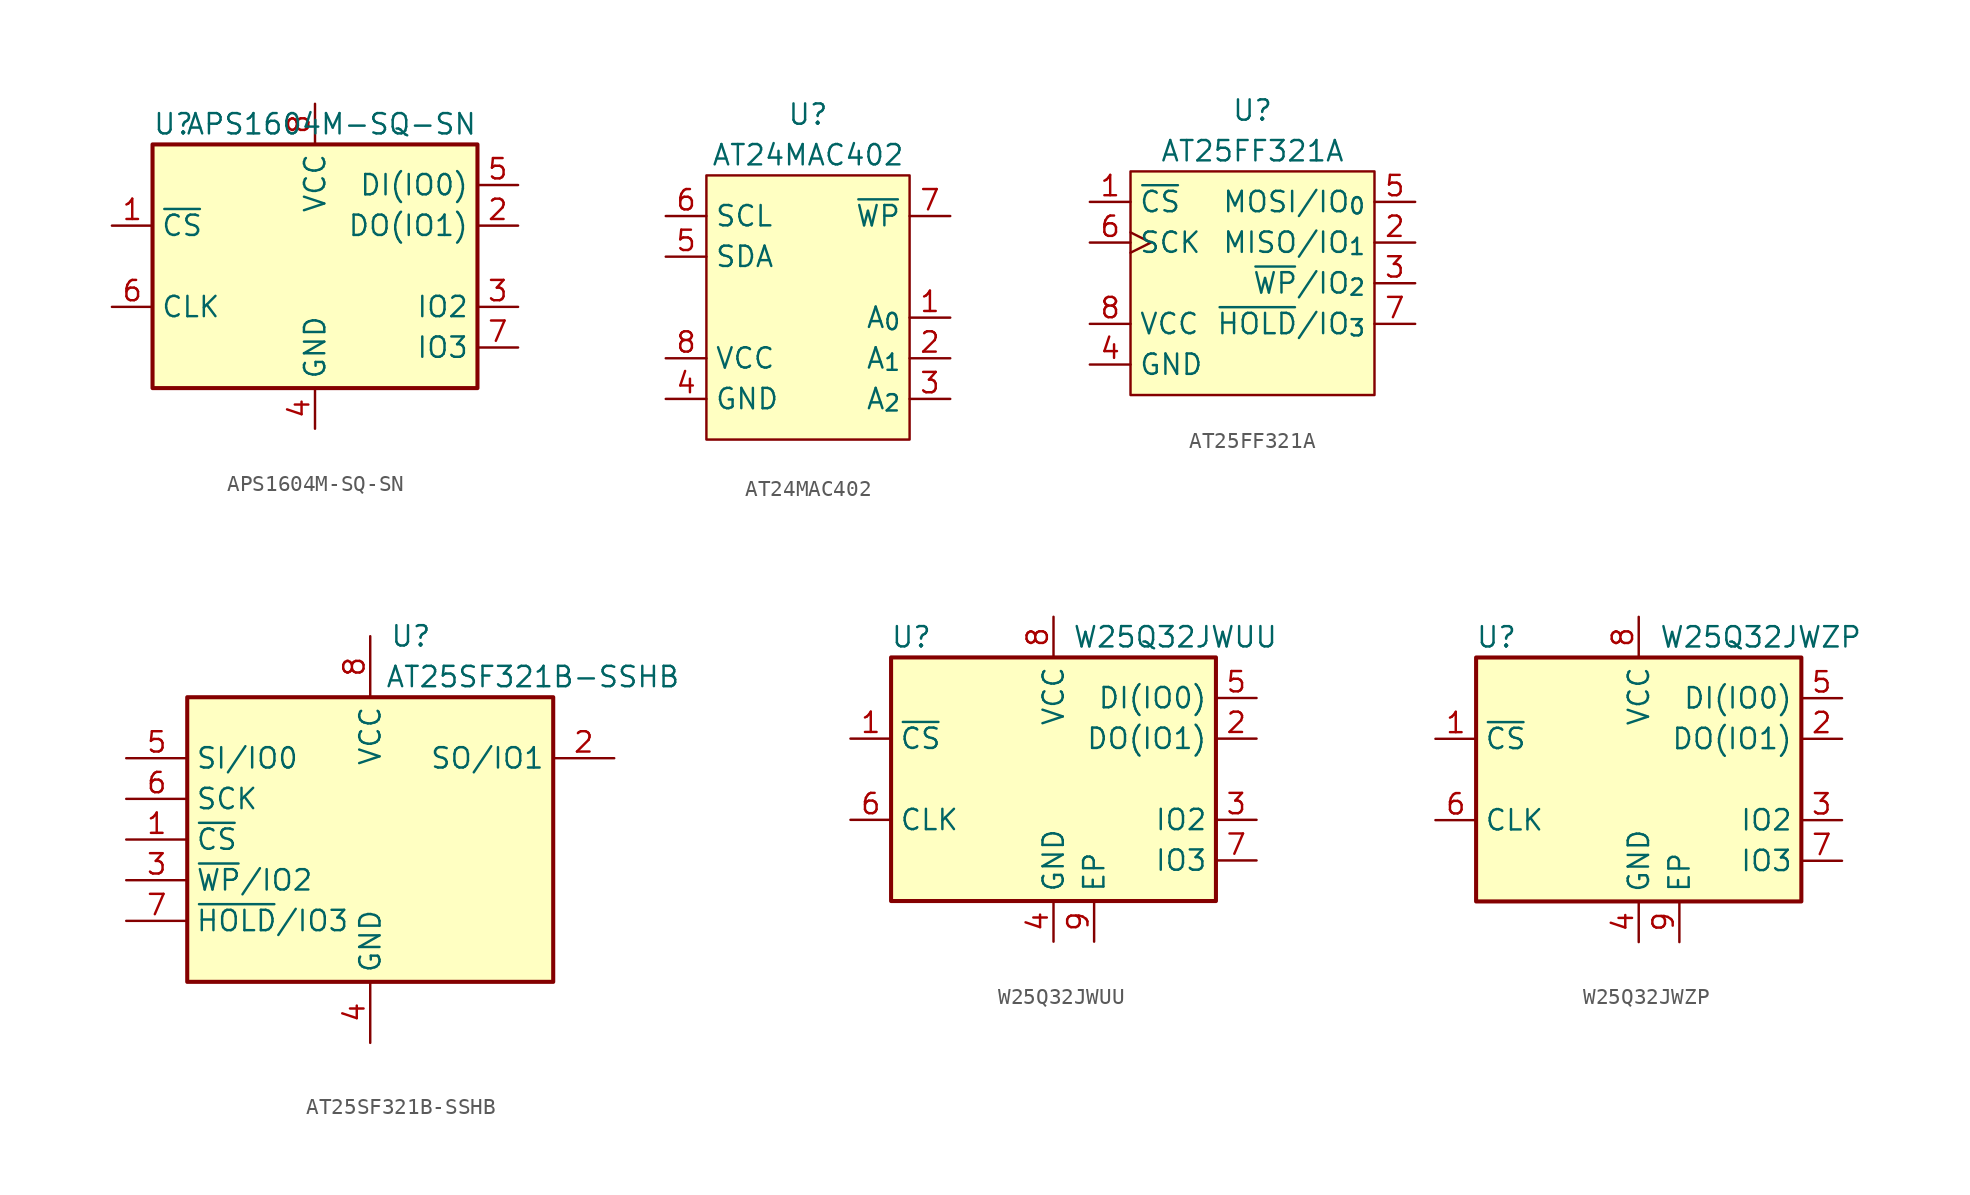
<source format=kicad_sym>
(kicad_symbol_lib
  (version 20220914)
  (generator kicad_symbol_editor)
  (symbol "APS1604M-SQ-SN"
    (property "Reference" "U"
      (at -10.16 8.89 0)
      (effects (font (size 1.27 1.27)) (justify left)))
    (property "Value" "APS1604M-SQ-SN"
      (at 10.16 8.89 0)
      (effects (font (size 1.27 1.27)) (justify right)))
    (symbol "APS1604M-SQ-SN_0_1"
      (rectangle (start -10.16 7.62) (end 10.16 -7.62) (stroke (width 0.254) (type default)) (fill (type background))))
    (symbol "APS1604M-SQ-SN_1_1"
      (pin input line (at -12.7 2.54 0) (length 2.54) (name "~{CS}" (effects (font (size 1.27 1.27)))) (number "1" (effects (font (size 1.27 1.27)))))
      (pin bidirectional line (at 12.7 2.54 180) (length 2.54) (name "DO(IO1)" (effects (font (size 1.27 1.27)))) (number "2" (effects (font (size 1.27 1.27)))))
      (pin bidirectional line (at 12.7 -2.54 180) (length 2.54) (name "IO2" (effects (font (size 1.27 1.27)))) (number "3" (effects (font (size 1.27 1.27)))))
      (pin power_in line (at 0 -10.16 90) (length 2.54) (name "GND" (effects (font (size 1.27 1.27)))) (number "4" (effects (font (size 1.27 1.27)))))
      (pin bidirectional line (at 12.7 5.08 180) (length 2.54) (name "DI(IO0)" (effects (font (size 1.27 1.27)))) (number "5" (effects (font (size 1.27 1.27)))))
      (pin input line (at -12.7 -2.54 0) (length 2.54) (name "CLK" (effects (font (size 1.27 1.27)))) (number "6" (effects (font (size 1.27 1.27)))))
      (pin bidirectional line (at 12.7 -5.08 180) (length 2.54) (name "IO3" (effects (font (size 1.27 1.27)))) (number "7" (effects (font (size 1.27 1.27)))))
      (pin power_in line (at 0 10.16 270) (length 2.54) (name "VCC" (effects (font (size 1.27 1.27)))) (number "8" (effects (font (size 1.27 1.27)))))))
  (symbol "AT24MAC402"
    (property "Reference" "U"
      (at 0 3.81 0)
      (effects (font (size 1.27 1.27))))
    (property "Value" "AT24MAC402"
      (at 0 1.27 0)
      (effects (font (size 1.27 1.27))))
    (symbol "AT24MAC402_0_1"
      (rectangle (start -6.35 0) (end 6.35 -16.51) (stroke (width 0) (type default)) (fill (type background))))
    (symbol "AT24MAC402_1_1"
      (pin passive line (at 8.89 -8.89 180) (length 2.54) (name "A_{0}" (effects (font (size 1.27 1.27)))) (number "1" (effects (font (size 1.27 1.27)))))
      (pin passive line (at 8.89 -11.43 180) (length 2.54) (name "A_{1}" (effects (font (size 1.27 1.27)))) (number "2" (effects (font (size 1.27 1.27)))))
      (pin passive line (at 8.89 -13.97 180) (length 2.54) (name "A_{2}" (effects (font (size 1.27 1.27)))) (number "3" (effects (font (size 1.27 1.27)))))
      (pin power_in line (at -8.89 -13.97 0) (length 2.54) (name "GND" (effects (font (size 1.27 1.27)))) (number "4" (effects (font (size 1.27 1.27)))))
      (pin bidirectional line (at -8.89 -5.08 0) (length 2.54) (name "SDA" (effects (font (size 1.27 1.27)))) (number "5" (effects (font (size 1.27 1.27)))))
      (pin input line (at -8.89 -2.54 0) (length 2.54) (name "SCL" (effects (font (size 1.27 1.27)))) (number "6" (effects (font (size 1.27 1.27)))))
      (pin input line (at 8.89 -2.54 180) (length 2.54) (name "~{WP}" (effects (font (size 1.27 1.27)))) (number "7" (effects (font (size 1.27 1.27)))))
      (pin power_in line (at -8.89 -11.43 0) (length 2.54) (name "VCC" (effects (font (size 1.27 1.27)))) (number "8" (effects (font (size 1.27 1.27)))))))
  (symbol "AT25FF321A"
    (property "Reference" "U"
      (at 0 3.175 0)
      (effects (font (size 1.27 1.27))))
    (property "Value" "AT25FF321A"
      (at 0 0.635 0)
      (effects (font (size 1.27 1.27))))
    (symbol "AT25FF321A_0_1"
      (rectangle (start -7.62 -0.635) (end 7.62 -14.605) (stroke (width 0) (type default)) (fill (type background))))
    (symbol "AT25FF321A_1_1"
      (pin input line (at -10.16 -2.54 0) (length 2.54) (name "~{CS}" (effects (font (size 1.27 1.27)))) (number "1" (effects (font (size 1.27 1.27)))))
      (pin bidirectional line (at 10.16 -5.08 180) (length 2.54) (name "MISO/IO_{1}" (effects (font (size 1.27 1.27)))) (number "2" (effects (font (size 1.27 1.27)))))
      (pin bidirectional line (at 10.16 -7.62 180) (length 2.54) (name "~{WP}/IO_{2}" (effects (font (size 1.27 1.27)))) (number "3" (effects (font (size 1.27 1.27)))))
      (pin power_in line (at -10.16 -12.7 0) (length 2.54) (name "GND" (effects (font (size 1.27 1.27)))) (number "4" (effects (font (size 1.27 1.27)))))
      (pin bidirectional line (at 10.16 -2.54 180) (length 2.54) (name "MOSI/IO_{0}" (effects (font (size 1.27 1.27)))) (number "5" (effects (font (size 1.27 1.27)))))
      (pin input clock (at -10.16 -5.08 0) (length 2.54) (name "SCK" (effects (font (size 1.27 1.27)))) (number "6" (effects (font (size 1.27 1.27)))))
      (pin bidirectional line (at 10.16 -10.16 180) (length 2.54) (name "~{HOLD}/IO_{3}" (effects (font (size 1.27 1.27)))) (number "7" (effects (font (size 1.27 1.27)))))
      (pin power_in line (at -10.16 -10.16 0) (length 2.54) (name "VCC" (effects (font (size 1.27 1.27)))) (number "8" (effects (font (size 1.27 1.27)))))))
  (symbol "AT25SF321B-SSHB"
    (property "Reference" "U"
      (at 2.54 12.7 0)
      (effects (font (size 1.27 1.27))))
    (property "Value" "AT25SF321B-SSHB"
      (at 10.16 10.16 0)
      (effects (font (size 1.27 1.27))))
    (symbol "AT25SF321B-SSHB_1_1"
      (rectangle (start -11.43 8.89) (end 11.43 -8.89) (stroke (width 0.254) (type default)) (fill (type background)))
      (pin input line (at -15.24 0 0) (length 3.81) (name "~{CS}" (effects (font (size 1.27 1.27)))) (number "1" (effects (font (size 1.27 1.27)))))
      (pin bidirectional line (at 15.24 5.08 180) (length 3.81) (name "SO/IO1" (effects (font (size 1.27 1.27)))) (number "2" (effects (font (size 1.27 1.27)))))
      (pin bidirectional line (at -15.24 -2.54 0) (length 3.81) (name "~{WP}/IO2" (effects (font (size 1.27 1.27)))) (number "3" (effects (font (size 1.27 1.27)))))
      (pin power_in line (at 0 -12.7 90) (length 3.81) (name "GND" (effects (font (size 1.27 1.27)))) (number "4" (effects (font (size 1.27 1.27)))))
      (pin bidirectional line (at -15.24 5.08 0) (length 3.81) (name "SI/IO0" (effects (font (size 1.27 1.27)))) (number "5" (effects (font (size 1.27 1.27)))))
      (pin input line (at -15.24 2.54 0) (length 3.81) (name "SCK" (effects (font (size 1.27 1.27)))) (number "6" (effects (font (size 1.27 1.27)))))
      (pin bidirectional line (at -15.24 -5.08 0) (length 3.81) (name "~{HOLD}/IO3" (effects (font (size 1.27 1.27)))) (number "7" (effects (font (size 1.27 1.27)))))
      (pin power_in line (at 0 12.7 270) (length 3.81) (name "VCC" (effects (font (size 1.27 1.27)))) (number "8" (effects (font (size 1.27 1.27)))))))
  (symbol "W25Q32JWUU"
    (property "Reference" "U"
      (at -8.89 8.89 0)
      (effects (font (size 1.27 1.27))))
    (property "Value" "W25Q32JWUU"
      (at 7.62 8.89 0)
      (effects (font (size 1.27 1.27))))
    (symbol "W25Q32JWUU_0_1"
      (rectangle (start -10.16 7.62) (end 10.16 -7.62) (stroke (width 0.254) (type default)) (fill (type background))))
    (symbol "W25Q32JWUU_1_1"
      (pin input line (at -12.7 2.54 0) (length 2.54) (name "~{CS}" (effects (font (size 1.27 1.27)))) (number "1" (effects (font (size 1.27 1.27)))))
      (pin bidirectional line (at 12.7 2.54 180) (length 2.54) (name "DO(IO1)" (effects (font (size 1.27 1.27)))) (number "2" (effects (font (size 1.27 1.27)))))
      (pin bidirectional line (at 12.7 -2.54 180) (length 2.54) (name "IO2" (effects (font (size 1.27 1.27)))) (number "3" (effects (font (size 1.27 1.27)))))
      (pin power_in line (at 0 -10.16 90) (length 2.54) (name "GND" (effects (font (size 1.27 1.27)))) (number "4" (effects (font (size 1.27 1.27)))))
      (pin bidirectional line (at 12.7 5.08 180) (length 2.54) (name "DI(IO0)" (effects (font (size 1.27 1.27)))) (number "5" (effects (font (size 1.27 1.27)))))
      (pin input line (at -12.7 -2.54 0) (length 2.54) (name "CLK" (effects (font (size 1.27 1.27)))) (number "6" (effects (font (size 1.27 1.27)))))
      (pin bidirectional line (at 12.7 -5.08 180) (length 2.54) (name "IO3" (effects (font (size 1.27 1.27)))) (number "7" (effects (font (size 1.27 1.27)))))
      (pin power_in line (at 0 10.16 270) (length 2.54) (name "VCC" (effects (font (size 1.27 1.27)))) (number "8" (effects (font (size 1.27 1.27)))))
      (pin passive line (at 2.54 -10.16 90) (length 2.54) (name "EP" (effects (font (size 1.27 1.27)))) (number "9" (effects (font (size 1.27 1.27)))))))
  (symbol "W25Q32JWZP"
    (property "Reference" "U"
      (at -8.89 8.89 0)
      (effects (font (size 1.27 1.27))))
    (property "Value" "W25Q32JWZP"
      (at 7.62 8.89 0)
      (effects (font (size 1.27 1.27))))
    (symbol "W25Q32JWZP_0_1"
      (rectangle (start -10.16 7.62) (end 10.16 -7.62) (stroke (width 0.254) (type default)) (fill (type background))))
    (symbol "W25Q32JWZP_1_1"
      (pin input line (at -12.7 2.54 0) (length 2.54) (name "~{CS}" (effects (font (size 1.27 1.27)))) (number "1" (effects (font (size 1.27 1.27)))))
      (pin bidirectional line (at 12.7 2.54 180) (length 2.54) (name "DO(IO1)" (effects (font (size 1.27 1.27)))) (number "2" (effects (font (size 1.27 1.27)))))
      (pin bidirectional line (at 12.7 -2.54 180) (length 2.54) (name "IO2" (effects (font (size 1.27 1.27)))) (number "3" (effects (font (size 1.27 1.27)))))
      (pin power_in line (at 0 -10.16 90) (length 2.54) (name "GND" (effects (font (size 1.27 1.27)))) (number "4" (effects (font (size 1.27 1.27)))))
      (pin bidirectional line (at 12.7 5.08 180) (length 2.54) (name "DI(IO0)" (effects (font (size 1.27 1.27)))) (number "5" (effects (font (size 1.27 1.27)))))
      (pin input line (at -12.7 -2.54 0) (length 2.54) (name "CLK" (effects (font (size 1.27 1.27)))) (number "6" (effects (font (size 1.27 1.27)))))
      (pin bidirectional line (at 12.7 -5.08 180) (length 2.54) (name "IO3" (effects (font (size 1.27 1.27)))) (number "7" (effects (font (size 1.27 1.27)))))
      (pin power_in line (at 0 10.16 270) (length 2.54) (name "VCC" (effects (font (size 1.27 1.27)))) (number "8" (effects (font (size 1.27 1.27)))))
      (pin passive line (at 2.54 -10.16 90) (length 2.54) (name "EP" (effects (font (size 1.27 1.27)))) (number "9" (effects (font (size 1.27 1.27))))))))
</source>
